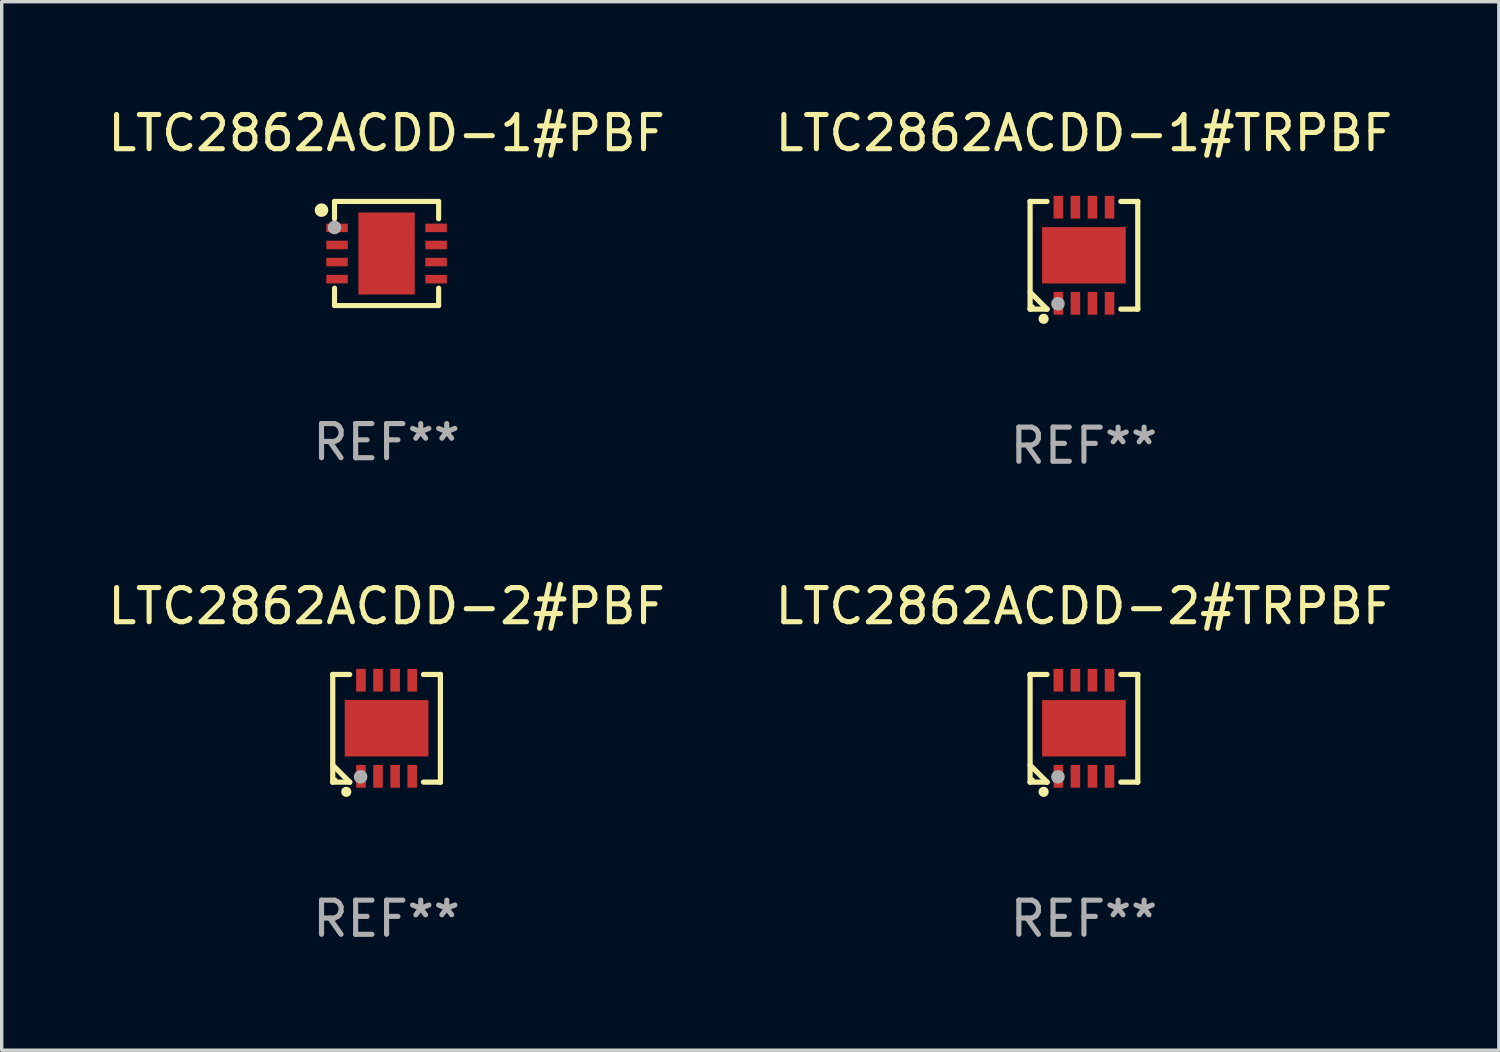
<source format=kicad_pcb>
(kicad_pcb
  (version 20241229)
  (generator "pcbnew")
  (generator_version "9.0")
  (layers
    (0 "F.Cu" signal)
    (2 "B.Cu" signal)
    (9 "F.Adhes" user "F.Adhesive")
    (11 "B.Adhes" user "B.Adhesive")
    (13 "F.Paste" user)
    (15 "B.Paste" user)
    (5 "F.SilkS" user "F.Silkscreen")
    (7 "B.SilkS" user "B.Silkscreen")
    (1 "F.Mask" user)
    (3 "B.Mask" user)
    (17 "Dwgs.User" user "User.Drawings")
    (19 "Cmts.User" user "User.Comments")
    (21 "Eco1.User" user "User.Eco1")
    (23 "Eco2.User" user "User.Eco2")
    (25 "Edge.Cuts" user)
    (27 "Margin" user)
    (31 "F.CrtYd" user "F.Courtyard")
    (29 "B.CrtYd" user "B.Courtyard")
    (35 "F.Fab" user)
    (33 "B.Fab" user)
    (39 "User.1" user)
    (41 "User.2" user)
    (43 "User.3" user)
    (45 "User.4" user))
  (footprint "LTC2862ACDD-1#PBF"
    (layer "F.Cu")
    (at 8.268 4.372)
    (property "Reference" "LTC2862ACDD-1#PBF" (at 0 -3.524 0) (layer "F.SilkS") (effects (font (size 1 1) (thickness 0.15))))
    (attr through_hole)
    (fp_line (start -1.524 -1.524) (end 1.524 -1.524) (stroke (width 0.15) (type solid)) (layer "F.SilkS"))
    (fp_line (start -1.524 -1.016) (end -1.524 -1.524) (stroke (width 0.15) (type solid)) (layer "F.SilkS"))
    (fp_line (start -1.524 1.016) (end -1.524 1.524) (stroke (width 0.15) (type solid)) (layer "F.SilkS"))
    (fp_line (start -1.524 1.524) (end 1.524 1.524) (stroke (width 0.15) (type solid)) (layer "F.SilkS"))
    (fp_line (start 1.524 -1.524) (end 1.524 -1.016) (stroke (width 0.15) (type solid)) (layer "F.SilkS"))
    (fp_line (start 1.524 1.524) (end 1.524 1.016) (stroke (width 0.15) (type solid)) (layer "F.SilkS"))
    (fp_circle (center -1.905 -1.27) (end -1.805 -1.27) (stroke (width 0.2) (type solid)) (fill no) (layer "F.SilkS"))
    (fp_circle (center -1.5 -1.5) (end -1.47 -1.5) (stroke (width 0.06) (type solid)) (fill no) (layer "F.SilkS"))
    (fp_circle (center -1.524 -0.762) (end -1.424 -0.762) (stroke (width 0.2) (type solid)) (fill no) (layer "F.Fab"))
    (fp_text user "REF**" (at 0 5.524 0) (layer "F.Fab") (effects (font (size 1 1) (thickness 0.15))))
    (pad "1" smd rect (at -1.45 -0.75) (size 0.63 0.25) (layers "F.Cu" "F.Mask" "F.Paste"))
    (pad "2" smd rect (at -1.45 -0.25) (size 0.63 0.25) (layers "F.Cu" "F.Mask" "F.Paste"))
    (pad "3" smd rect (at -1.45 0.25) (size 0.63 0.25) (layers "F.Cu" "F.Mask" "F.Paste"))
    (pad "4" smd rect (at -1.45 0.75) (size 0.63 0.25) (layers "F.Cu" "F.Mask" "F.Paste"))
    (pad "5" smd rect (at 1.45 0.75) (size 0.63 0.25) (layers "F.Cu" "F.Mask" "F.Paste"))
    (pad "6" smd rect (at 1.45 0.25) (size 0.63 0.25) (layers "F.Cu" "F.Mask" "F.Paste"))
    (pad "7" smd rect (at 1.45 -0.25) (size 0.63 0.25) (layers "F.Cu" "F.Mask" "F.Paste"))
    (pad "8" smd rect (at 1.45 -0.75) (size 0.63 0.25) (layers "F.Cu" "F.Mask" "F.Paste"))
    (pad "9" smd rect (at -0.000025 0.000127) (size 1.65 2.4) (layers "F.Cu" "F.Mask" "F.Paste")))
  (footprint "LTC2862ACDD-2#PBF"
    (layer "F.Cu")
    (at 8.268 18.273)
    (property "Reference" "LTC2862ACDD-2#PBF" (at 0 -3.576 0) (layer "F.SilkS") (effects (font (size 1 1) (thickness 0.15))))
    (attr through_hole)
    (fp_line (start -1.576 -1.576) (end -1.576 -1.576) (stroke (width 0.152) (type solid)) (layer "F.SilkS"))
    (fp_line (start -1.576 -1.576) (end -1.08 -1.576) (stroke (width 0.152) (type solid)) (layer "F.SilkS"))
    (fp_line (start -1.576 1.576) (end -1.576 -1.576) (stroke (width 0.152) (type solid)) (layer "F.SilkS"))
    (fp_line (start -1.576 1.576) (end -1.576 1.576) (stroke (width 0.152) (type solid)) (layer "F.SilkS"))
    (fp_line (start -1.08 1.575) (end -1.576 1.079) (stroke (width 0.152) (type solid)) (layer "F.SilkS"))
    (fp_line (start -1.08 1.576) (end -1.576 1.576) (stroke (width 0.152) (type solid)) (layer "F.SilkS"))
    (fp_line (start -1.08 1.576) (end -1.08 1.575) (stroke (width 0.152) (type solid)) (layer "F.SilkS"))
    (fp_line (start 1.08 1.576) (end 1.576 1.576) (stroke (width 0.152) (type solid)) (layer "F.SilkS"))
    (fp_line (start 1.576 -1.576) (end 1.08 -1.576) (stroke (width 0.152) (type solid)) (layer "F.SilkS"))
    (fp_line (start 1.576 -1.576) (end 1.576 -1.576) (stroke (width 0.152) (type solid)) (layer "F.SilkS"))
    (fp_line (start 1.576 1.576) (end 1.576 -1.576) (stroke (width 0.152) (type solid)) (layer "F.SilkS"))
    (fp_line (start 1.576 1.576) (end 1.576 1.576) (stroke (width 0.152) (type solid)) (layer "F.SilkS"))
    (fp_circle (center -1.5 1.5) (end -1.47 1.5) (stroke (width 0.06) (type solid)) (fill no) (layer "F.SilkS"))
    (fp_circle (center -1.18 1.86) (end -1.105 1.86) (stroke (width 0.15) (type solid)) (fill no) (layer "F.SilkS"))
    (fp_circle (center -0.76 1.42) (end -0.66 1.42) (stroke (width 0.2) (type solid)) (fill no) (layer "F.Fab"))
    (fp_text user "REF**" (at 0 5.576 0) (layer "F.Fab") (effects (font (size 1 1) (thickness 0.15))))
    (pad "1" smd rect (at -0.75 1.407) (size 0.28 0.665) (layers "F.Cu" "F.Mask" "F.Paste"))
    (pad "2" smd rect (at -0.25 1.407) (size 0.28 0.665) (layers "F.Cu" "F.Mask" "F.Paste"))
    (pad "3" smd rect (at 0.25 1.407) (size 0.28 0.665) (layers "F.Cu" "F.Mask" "F.Paste"))
    (pad "4" smd rect (at 0.75 1.407) (size 0.28 0.665) (layers "F.Cu" "F.Mask" "F.Paste"))
    (pad "5" smd rect (at 0.75 -1.407) (size 0.28 0.665) (layers "F.Cu" "F.Mask" "F.Paste"))
    (pad "6" smd rect (at 0.25 -1.407) (size 0.28 0.665) (layers "F.Cu" "F.Mask" "F.Paste"))
    (pad "7" smd rect (at -0.25 -1.407) (size 0.28 0.665) (layers "F.Cu" "F.Mask" "F.Paste"))
    (pad "8" smd rect (at -0.75 -1.407) (size 0.28 0.665) (layers "F.Cu" "F.Mask" "F.Paste"))
    (pad "9" smd rect (at 0 0) (size 2.45 1.65) (layers "F.Cu" "F.Mask" "F.Paste")))
  (footprint "LTC2862ACDD-1#TRPBF"
    (layer "F.Cu")
    (at 28.685 4.424)
    (property "Reference" "LTC2862ACDD-1#TRPBF" (at 0 -3.576 0) (layer "F.SilkS") (effects (font (size 1 1) (thickness 0.15))))
    (attr through_hole)
    (fp_line (start -1.576 -1.576) (end -1.576 -1.576) (stroke (width 0.152) (type solid)) (layer "F.SilkS"))
    (fp_line (start -1.576 -1.576) (end -1.08 -1.576) (stroke (width 0.152) (type solid)) (layer "F.SilkS"))
    (fp_line (start -1.576 1.576) (end -1.576 -1.576) (stroke (width 0.152) (type solid)) (layer "F.SilkS"))
    (fp_line (start -1.576 1.576) (end -1.576 1.576) (stroke (width 0.152) (type solid)) (layer "F.SilkS"))
    (fp_line (start -1.08 1.575) (end -1.576 1.079) (stroke (width 0.152) (type solid)) (layer "F.SilkS"))
    (fp_line (start -1.08 1.576) (end -1.576 1.576) (stroke (width 0.152) (type solid)) (layer "F.SilkS"))
    (fp_line (start -1.08 1.576) (end -1.08 1.575) (stroke (width 0.152) (type solid)) (layer "F.SilkS"))
    (fp_line (start 1.08 1.576) (end 1.576 1.576) (stroke (width 0.152) (type solid)) (layer "F.SilkS"))
    (fp_line (start 1.576 -1.576) (end 1.08 -1.576) (stroke (width 0.152) (type solid)) (layer "F.SilkS"))
    (fp_line (start 1.576 -1.576) (end 1.576 -1.576) (stroke (width 0.152) (type solid)) (layer "F.SilkS"))
    (fp_line (start 1.576 1.576) (end 1.576 -1.576) (stroke (width 0.152) (type solid)) (layer "F.SilkS"))
    (fp_line (start 1.576 1.576) (end 1.576 1.576) (stroke (width 0.152) (type solid)) (layer "F.SilkS"))
    (fp_circle (center -1.5 1.5) (end -1.47 1.5) (stroke (width 0.06) (type solid)) (fill no) (layer "F.SilkS"))
    (fp_circle (center -1.18 1.86) (end -1.105 1.86) (stroke (width 0.15) (type solid)) (fill no) (layer "F.SilkS"))
    (fp_circle (center -0.76 1.42) (end -0.66 1.42) (stroke (width 0.2) (type solid)) (fill no) (layer "F.Fab"))
    (fp_text user "REF**" (at 0 5.576 0) (layer "F.Fab") (effects (font (size 1 1) (thickness 0.15))))
    (pad "1" smd rect (at -0.75 1.407) (size 0.28 0.665) (layers "F.Cu" "F.Mask" "F.Paste"))
    (pad "2" smd rect (at -0.25 1.407) (size 0.28 0.665) (layers "F.Cu" "F.Mask" "F.Paste"))
    (pad "3" smd rect (at 0.25 1.407) (size 0.28 0.665) (layers "F.Cu" "F.Mask" "F.Paste"))
    (pad "4" smd rect (at 0.75 1.407) (size 0.28 0.665) (layers "F.Cu" "F.Mask" "F.Paste"))
    (pad "5" smd rect (at 0.75 -1.407) (size 0.28 0.665) (layers "F.Cu" "F.Mask" "F.Paste"))
    (pad "6" smd rect (at 0.25 -1.407) (size 0.28 0.665) (layers "F.Cu" "F.Mask" "F.Paste"))
    (pad "7" smd rect (at -0.25 -1.407) (size 0.28 0.665) (layers "F.Cu" "F.Mask" "F.Paste"))
    (pad "8" smd rect (at -0.75 -1.407) (size 0.28 0.665) (layers "F.Cu" "F.Mask" "F.Paste"))
    (pad "9" smd rect (at 0 0) (size 2.45 1.65) (layers "F.Cu" "F.Mask" "F.Paste")))
  (footprint "LTC2862ACDD-2#TRPBF"
    (layer "F.Cu")
    (at 28.685 18.273)
    (property "Reference" "LTC2862ACDD-2#TRPBF" (at 0 -3.576 0) (layer "F.SilkS") (effects (font (size 1 1) (thickness 0.15))))
    (attr through_hole)
    (fp_line (start -1.576 -1.576) (end -1.576 -1.576) (stroke (width 0.152) (type solid)) (layer "F.SilkS"))
    (fp_line (start -1.576 -1.576) (end -1.08 -1.576) (stroke (width 0.152) (type solid)) (layer "F.SilkS"))
    (fp_line (start -1.576 1.576) (end -1.576 -1.576) (stroke (width 0.152) (type solid)) (layer "F.SilkS"))
    (fp_line (start -1.576 1.576) (end -1.576 1.576) (stroke (width 0.152) (type solid)) (layer "F.SilkS"))
    (fp_line (start -1.08 1.575) (end -1.576 1.079) (stroke (width 0.152) (type solid)) (layer "F.SilkS"))
    (fp_line (start -1.08 1.576) (end -1.576 1.576) (stroke (width 0.152) (type solid)) (layer "F.SilkS"))
    (fp_line (start -1.08 1.576) (end -1.08 1.575) (stroke (width 0.152) (type solid)) (layer "F.SilkS"))
    (fp_line (start 1.08 1.576) (end 1.576 1.576) (stroke (width 0.152) (type solid)) (layer "F.SilkS"))
    (fp_line (start 1.576 -1.576) (end 1.08 -1.576) (stroke (width 0.152) (type solid)) (layer "F.SilkS"))
    (fp_line (start 1.576 -1.576) (end 1.576 -1.576) (stroke (width 0.152) (type solid)) (layer "F.SilkS"))
    (fp_line (start 1.576 1.576) (end 1.576 -1.576) (stroke (width 0.152) (type solid)) (layer "F.SilkS"))
    (fp_line (start 1.576 1.576) (end 1.576 1.576) (stroke (width 0.152) (type solid)) (layer "F.SilkS"))
    (fp_circle (center -1.5 1.5) (end -1.47 1.5) (stroke (width 0.06) (type solid)) (fill no) (layer "F.SilkS"))
    (fp_circle (center -1.18 1.86) (end -1.105 1.86) (stroke (width 0.15) (type solid)) (fill no) (layer "F.SilkS"))
    (fp_circle (center -0.76 1.42) (end -0.66 1.42) (stroke (width 0.2) (type solid)) (fill no) (layer "F.Fab"))
    (fp_text user "REF**" (at 0 5.576 0) (layer "F.Fab") (effects (font (size 1 1) (thickness 0.15))))
    (pad "1" smd rect (at -0.75 1.407) (size 0.28 0.665) (layers "F.Cu" "F.Mask" "F.Paste"))
    (pad "2" smd rect (at -0.25 1.407) (size 0.28 0.665) (layers "F.Cu" "F.Mask" "F.Paste"))
    (pad "3" smd rect (at 0.25 1.407) (size 0.28 0.665) (layers "F.Cu" "F.Mask" "F.Paste"))
    (pad "4" smd rect (at 0.75 1.407) (size 0.28 0.665) (layers "F.Cu" "F.Mask" "F.Paste"))
    (pad "5" smd rect (at 0.75 -1.407) (size 0.28 0.665) (layers "F.Cu" "F.Mask" "F.Paste"))
    (pad "6" smd rect (at 0.25 -1.407) (size 0.28 0.665) (layers "F.Cu" "F.Mask" "F.Paste"))
    (pad "7" smd rect (at -0.25 -1.407) (size 0.28 0.665) (layers "F.Cu" "F.Mask" "F.Paste"))
    (pad "8" smd rect (at -0.75 -1.407) (size 0.28 0.665) (layers "F.Cu" "F.Mask" "F.Paste"))
    (pad "9" smd rect (at 0 0) (size 2.45 1.65) (layers "F.Cu" "F.Mask" "F.Paste")))
  (gr_rect
    (start -3 -3)
    (end 40.833 27.698)
    (stroke (width 0.1) (type default))
    (fill no)
    (layer "Edge.Cuts")))
</source>
